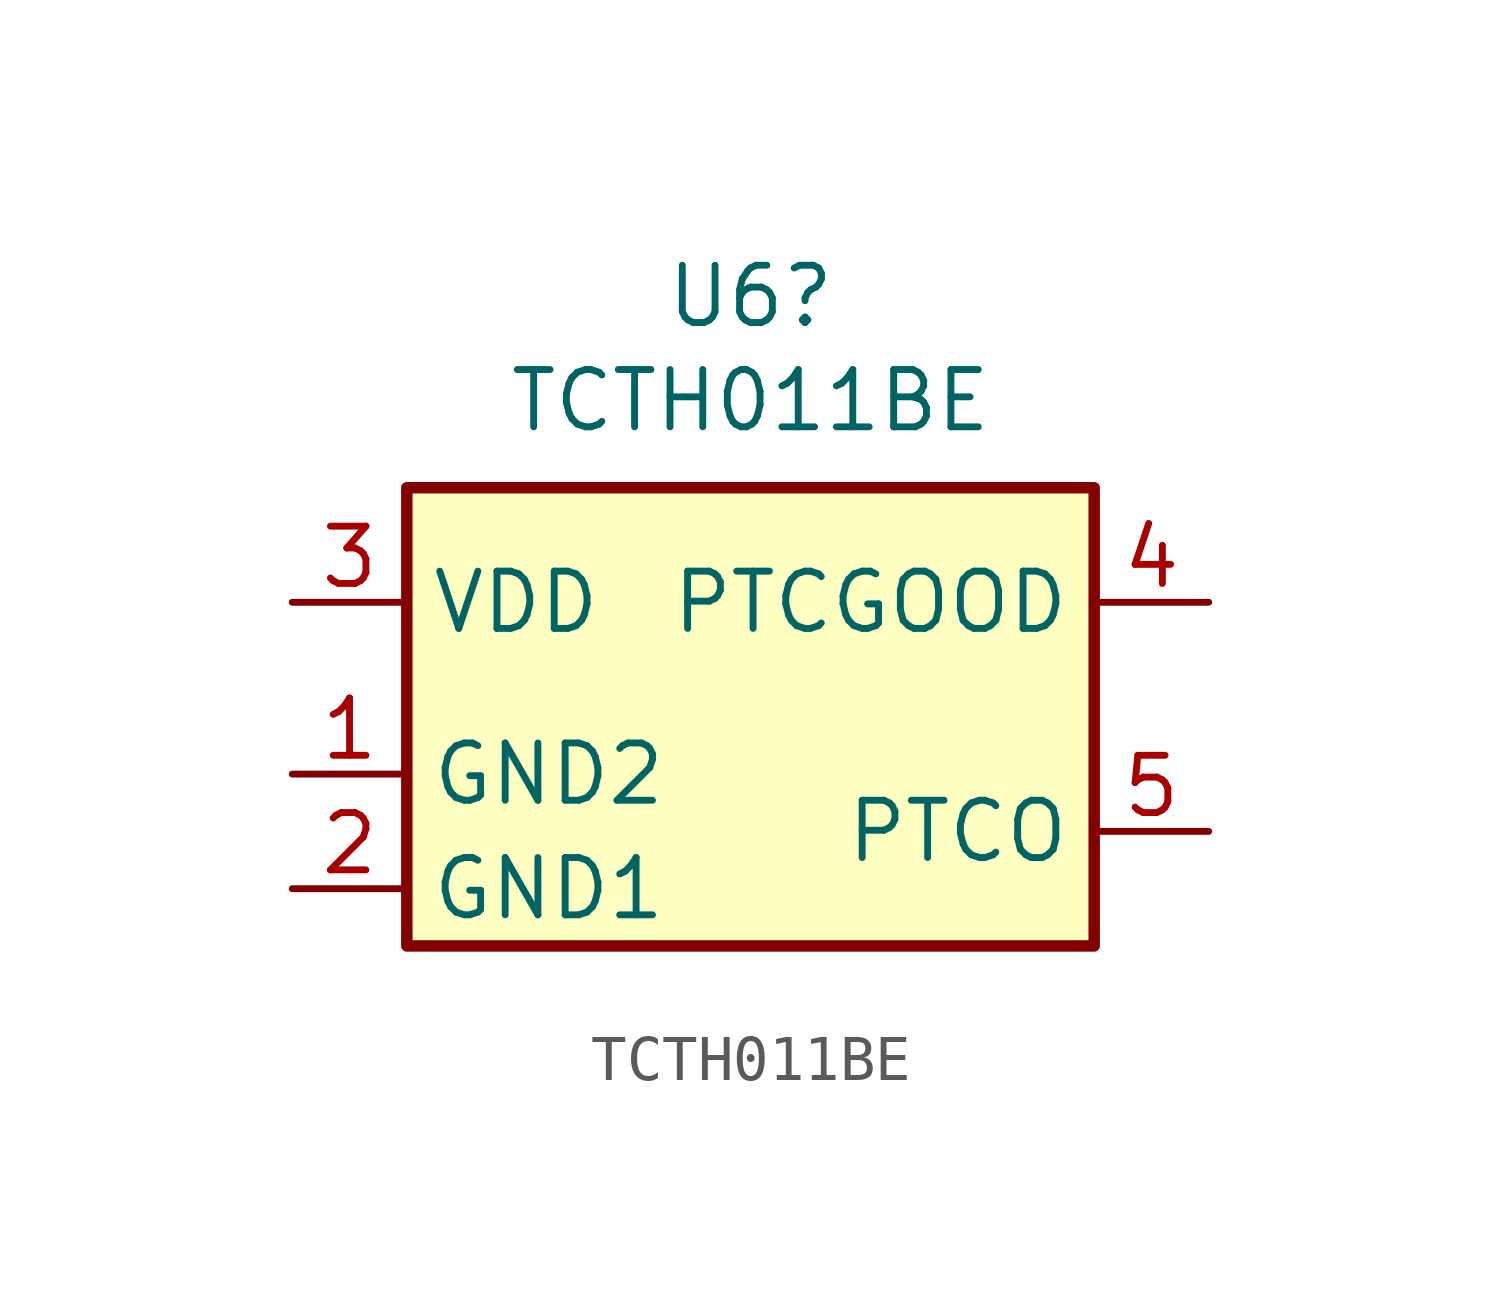
<source format=kicad_sym>
(kicad_symbol_lib
  (version 20231120)
  (generator "kicad_symbol_editor")
  (generator_version "8.0")
  (symbol "TCTH011BE"
    (property "Reference" "U6"
      (at 0 9.322 0)
      (effects (font (size 1.27 1.27))))
    (property "Value" "TCTH011BE"
      (at 0 7.01 0)
      (effects (font (size 1.27 1.27))))
    (symbol "TCTH011BE_0_1"
      (rectangle (start -7.62 5.08) (end 7.62 -5.08) (stroke (width 0.254) (type default)) (fill (type background))))
    (symbol "TCTH011BE_1_1"
      (pin power_in line (at -10.16 -1.27 0) (length 2.54) (name "GND2" (effects (font (size 1.27 1.27)))) (number "1" (effects (font (size 1.27 1.27)))))
      (pin power_in line (at -10.16 -3.81 0) (length 2.54) (name "GND1" (effects (font (size 1.27 1.27)))) (number "2" (effects (font (size 1.27 1.27)))))
      (pin power_in line (at -10.16 2.54 0) (length 2.54) (name "VDD" (effects (font (size 1.27 1.27)))) (number "3" (effects (font (size 1.27 1.27)))))
      (pin power_out line (at 10.16 2.54 180) (length 2.54) (name "PTCGOOD" (effects (font (size 1.27 1.27)))) (number "4" (effects (font (size 1.27 1.27)))))
      (pin passive line (at 10.16 -2.54 180) (length 2.54) (name "PTCO" (effects (font (size 1.27 1.27)))) (number "5" (effects (font (size 1.27 1.27))))))))
</source>
